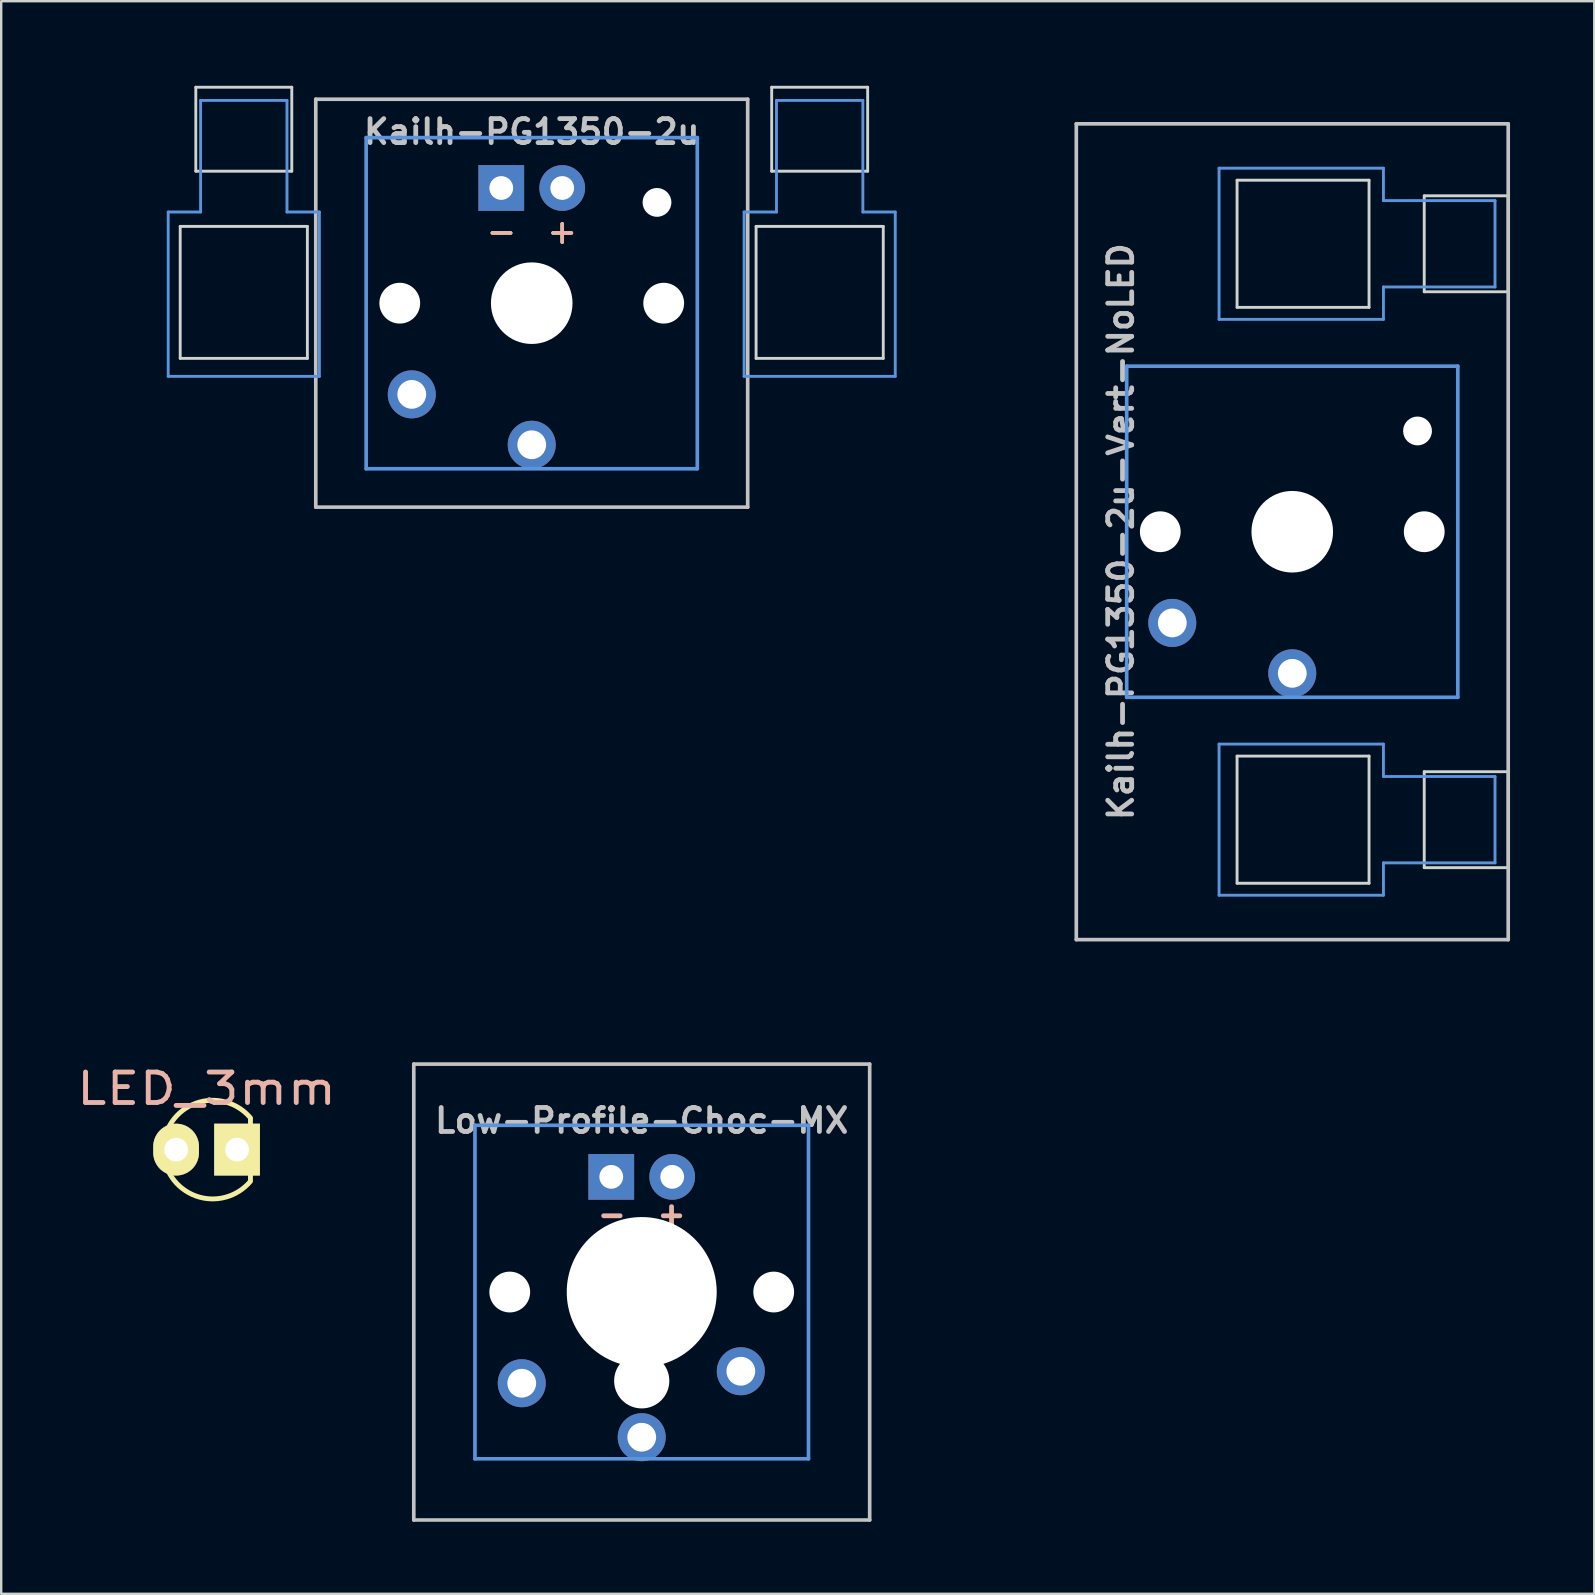
<source format=kicad_pcb>
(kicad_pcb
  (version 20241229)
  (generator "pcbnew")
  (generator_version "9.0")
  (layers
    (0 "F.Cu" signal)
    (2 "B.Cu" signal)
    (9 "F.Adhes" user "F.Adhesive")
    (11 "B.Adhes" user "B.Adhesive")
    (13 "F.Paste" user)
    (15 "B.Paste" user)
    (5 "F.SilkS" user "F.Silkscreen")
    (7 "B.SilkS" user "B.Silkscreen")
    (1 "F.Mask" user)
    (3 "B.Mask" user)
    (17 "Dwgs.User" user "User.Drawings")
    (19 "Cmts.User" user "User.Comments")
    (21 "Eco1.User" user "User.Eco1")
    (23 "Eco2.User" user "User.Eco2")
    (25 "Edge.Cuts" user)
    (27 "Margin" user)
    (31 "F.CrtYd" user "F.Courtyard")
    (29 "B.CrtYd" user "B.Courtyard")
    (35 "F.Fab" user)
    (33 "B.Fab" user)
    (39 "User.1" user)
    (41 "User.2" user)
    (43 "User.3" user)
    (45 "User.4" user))
  (footprint "Kailh-PG1350-2u"
    (layer "F.Cu")
    (at 19.11 9.585)
    (property "Reference" "Kailh-PG1350-2u" (at 0 -7.144 180) (layer "Dwgs.User") (effects (font (size 1 1) (thickness 0.2))))
    (attr through_hole)
    (fp_line (start -9 -8.5) (end 9 -8.5) (stroke (width 0.152) (type solid)) (layer "Dwgs.User"))
    (fp_line (start -9 8.5) (end -9 -8.5) (stroke (width 0.152) (type solid)) (layer "Dwgs.User"))
    (fp_line (start 9 -8.5) (end 9 8.5) (stroke (width 0.152) (type solid)) (layer "Dwgs.User"))
    (fp_line (start 9 8.5) (end -9 8.5) (stroke (width 0.152) (type solid)) (layer "Dwgs.User"))
    (fp_line (start -15.15 -3.8) (end -13.8 -3.8) (stroke (width 0.12) (type solid)) (layer "Cmts.User"))
    (fp_line (start -15.15 3.05) (end -15.15 -3.8) (stroke (width 0.12) (type solid)) (layer "Cmts.User"))
    (fp_line (start -15.15 3.05) (end -8.85 3.05) (stroke (width 0.12) (type solid)) (layer "Cmts.User"))
    (fp_line (start -13.8 -8.45) (end -13.8 -3.8) (stroke (width 0.12) (type solid)) (layer "Cmts.User"))
    (fp_line (start -13.8 -8.45) (end -10.2 -8.45) (stroke (width 0.12) (type solid)) (layer "Cmts.User"))
    (fp_line (start -10.2 -8.45) (end -10.2 -3.8) (stroke (width 0.12) (type solid)) (layer "Cmts.User"))
    (fp_line (start -10.2 -3.8) (end -8.85 -3.8) (stroke (width 0.12) (type solid)) (layer "Cmts.User"))
    (fp_line (start -8.85 3.05) (end -8.85 -3.8) (stroke (width 0.12) (type solid)) (layer "Cmts.User"))
    (fp_line (start -6.9 -6.9) (end 6.9 -6.9) (stroke (width 0.152) (type solid)) (layer "Cmts.User"))
    (fp_line (start -6.9 6.9) (end -6.9 -6.9) (stroke (width 0.152) (type solid)) (layer "Cmts.User"))
    (fp_line (start 6.9 -6.9) (end 6.9 6.9) (stroke (width 0.152) (type solid)) (layer "Cmts.User"))
    (fp_line (start 6.9 6.9) (end -6.9 6.9) (stroke (width 0.152) (type solid)) (layer "Cmts.User"))
    (fp_line (start 8.85 -3.8) (end 10.2 -3.8) (stroke (width 0.12) (type solid)) (layer "Cmts.User"))
    (fp_line (start 8.85 3.05) (end 8.85 -3.8) (stroke (width 0.12) (type solid)) (layer "Cmts.User"))
    (fp_line (start 8.85 3.05) (end 15.15 3.05) (stroke (width 0.12) (type solid)) (layer "Cmts.User"))
    (fp_line (start 10.2 -8.45) (end 10.2 -3.8) (stroke (width 0.12) (type solid)) (layer "Cmts.User"))
    (fp_line (start 10.2 -8.45) (end 13.8 -8.45) (stroke (width 0.12) (type solid)) (layer "Cmts.User"))
    (fp_line (start 13.8 -8.45) (end 13.8 -3.8) (stroke (width 0.12) (type solid)) (layer "Cmts.User"))
    (fp_line (start 13.8 -3.8) (end 15.15 -3.8) (stroke (width 0.12) (type solid)) (layer "Cmts.User"))
    (fp_line (start 15.15 3.05) (end 15.15 -3.8) (stroke (width 0.12) (type solid)) (layer "Cmts.User"))
    (fp_line (start -19.05 -9.525) (end -19.05 9.525) (stroke (width 0.12) (type solid)) (layer "Eco1.User"))
    (fp_line (start -19.05 -9.525) (end 19.05 -9.525) (stroke (width 0.12) (type solid)) (layer "Eco1.User"))
    (fp_line (start -19.05 9.525) (end 19.05 9.525) (stroke (width 0.12) (type solid)) (layer "Eco1.User"))
    (fp_line (start 19.05 -9.525) (end 19.05 9.525) (stroke (width 0.12) (type solid)) (layer "Eco1.User"))
    (fp_line (start -7.5 -7.5) (end 7.5 -7.5) (stroke (width 0.152) (type solid)) (layer "Eco2.User"))
    (fp_line (start -7.5 7.5) (end -7.5 -7.5) (stroke (width 0.152) (type solid)) (layer "Eco2.User"))
    (fp_line (start 7.5 -7.5) (end 7.5 7.5) (stroke (width 0.152) (type solid)) (layer "Eco2.User"))
    (fp_line (start 7.5 7.5) (end -7.5 7.5) (stroke (width 0.152) (type solid)) (layer "Eco2.User"))
    (fp_line (start -14.65 -3.2) (end -14.65 2.3) (stroke (width 0.12) (type solid)) (layer "Edge.Cuts"))
    (fp_line (start -14.65 -3.2) (end -9.35 -3.2) (stroke (width 0.12) (type solid)) (layer "Edge.Cuts"))
    (fp_line (start -14.65 2.3) (end -9.35 2.3) (stroke (width 0.12) (type solid)) (layer "Edge.Cuts"))
    (fp_line (start -14 -9) (end -14 -5.5) (stroke (width 0.12) (type solid)) (layer "Edge.Cuts"))
    (fp_line (start -14 -9) (end -10 -9) (stroke (width 0.12) (type solid)) (layer "Edge.Cuts"))
    (fp_line (start -14 -5.5) (end -10 -5.5) (stroke (width 0.12) (type solid)) (layer "Edge.Cuts"))
    (fp_line (start -10 -5.5) (end -10 -9) (stroke (width 0.12) (type solid)) (layer "Edge.Cuts"))
    (fp_line (start -9.35 2.3) (end -9.35 -3.2) (stroke (width 0.12) (type solid)) (layer "Edge.Cuts"))
    (fp_line (start 9.35 -3.2) (end 9.35 2.3) (stroke (width 0.12) (type solid)) (layer "Edge.Cuts"))
    (fp_line (start 9.35 -3.2) (end 14.65 -3.2) (stroke (width 0.12) (type solid)) (layer "Edge.Cuts"))
    (fp_line (start 9.35 2.3) (end 14.65 2.3) (stroke (width 0.12) (type solid)) (layer "Edge.Cuts"))
    (fp_line (start 10 -9) (end 10 -5.5) (stroke (width 0.12) (type solid)) (layer "Edge.Cuts"))
    (fp_line (start 10 -9) (end 14 -9) (stroke (width 0.12) (type solid)) (layer "Edge.Cuts"))
    (fp_line (start 10 -5.5) (end 14 -5.5) (stroke (width 0.12) (type solid)) (layer "Edge.Cuts"))
    (fp_line (start 14 -5.5) (end 14 -9) (stroke (width 0.12) (type solid)) (layer "Edge.Cuts"))
    (fp_line (start 14.65 2.3) (end 14.65 -3.2) (stroke (width 0.12) (type solid)) (layer "Edge.Cuts"))
    (fp_text user "+" (at 1.27 -3 180) (layer "F.SilkS") (effects (font (size 1 1) (thickness 0.15))))
    (fp_text user "-" (at -1.26 -3 180) (layer "F.SilkS") (effects (font (size 1 1) (thickness 0.15))))
    (fp_text user "+" (at 1.27 -3 180) (layer "B.SilkS") (effects (font (size 1 1) (thickness 0.15)) (justify mirror)))
    (fp_text user "-" (at -1.26 -3 180) (layer "B.SilkS") (effects (font (size 1 1) (thickness 0.15)) (justify mirror)))
    (pad "" np_thru_hole circle (at -5.5 0 180) (size 1.7 1.7) (drill 1.7) (layers "*.Cu" "*.Mask"))
    (pad "" np_thru_hole circle (at 0 0 180) (size 3.4 3.4) (drill 3.4) (layers "*.Cu" "*.Mask"))
    (pad "" np_thru_hole circle (at 5.22 -4.2 180) (size 1.2 1.2) (drill 1.2) (layers "*.Cu" "*.Mask"))
    (pad "" np_thru_hole circle (at 5.5 0 180) (size 1.7 1.7) (drill 1.7) (layers "*.Cu" "*.Mask"))
    (pad "1" thru_hole circle (at 0 5.9 180) (size 2 2) (drill 1.2) (layers "*.Cu" "*.Mask"))
    (pad "2" thru_hole circle (at -5 3.8 41.9) (size 2 2) (drill 1.2) (layers "*.Cu" "*.Mask"))
    (pad "3" thru_hole circle (at 1.27 -4.8 180) (size 1.905 1.905) (drill 0.991) (layers "*.Cu" "*.Mask"))
    (pad "4" thru_hole rect (at -1.27 -4.8 180) (size 1.905 1.905) (drill 0.991) (layers "*.Cu" "*.Mask")))
  (footprint "Low-Profile-Choc-MX"
    (layer "F.Cu")
    (at 23.694 50.796)
    (property "Reference" "Low-Profile-Choc-MX" (at 0 -7.144 180) (layer "Dwgs.User") (effects (font (size 1 1) (thickness 0.2))))
    (attr through_hole)
    (fp_line (start -9.5 -9.5) (end 9.5 -9.5) (stroke (width 0.152) (type solid)) (layer "Dwgs.User"))
    (fp_line (start -9.5 9.5) (end -9.5 -9.5) (stroke (width 0.152) (type solid)) (layer "Dwgs.User"))
    (fp_line (start 9.5 -9.5) (end 9.5 9.5) (stroke (width 0.152) (type solid)) (layer "Dwgs.User"))
    (fp_line (start 9.5 9.5) (end -9.5 9.5) (stroke (width 0.152) (type solid)) (layer "Dwgs.User"))
    (fp_line (start -6.95 -6.95) (end 6.95 -6.95) (stroke (width 0.152) (type solid)) (layer "Cmts.User"))
    (fp_line (start -6.95 6.95) (end -6.95 -6.95) (stroke (width 0.152) (type solid)) (layer "Cmts.User"))
    (fp_line (start 6.95 -6.95) (end 6.95 6.95) (stroke (width 0.152) (type solid)) (layer "Cmts.User"))
    (fp_line (start 6.95 6.95) (end -6.95 6.95) (stroke (width 0.152) (type solid)) (layer "Cmts.User"))
    (fp_line (start -7.5 -7.5) (end 7.5 -7.5) (stroke (width 0.152) (type solid)) (layer "Eco2.User"))
    (fp_line (start -7.5 7.5) (end -7.5 -7.5) (stroke (width 0.152) (type solid)) (layer "Eco2.User"))
    (fp_line (start 7.5 -7.5) (end 7.5 7.5) (stroke (width 0.152) (type solid)) (layer "Eco2.User"))
    (fp_line (start 7.5 7.5) (end -7.5 7.5) (stroke (width 0.152) (type solid)) (layer "Eco2.User"))
    (fp_text user "-  +" (at 0 -3.25 0) (layer "B.SilkS") (effects (font (size 1 0.9) (thickness 0.2))))
    (pad "" np_thru_hole circle (at -5.5 0 41.9) (size 1.7 1.7) (drill 1.7) (layers "*.Cu" "*.Mask"))
    (pad "" np_thru_hole circle (at 0 0 180) (size 6.25 6.25) (drill 6.25) (layers "*.Cu" "*.Mask"))
    (pad "" np_thru_hole circle (at 0 3.7 180) (size 2.3 2.3) (drill 2.3) (layers "*.Cu" "*.Mask"))
    (pad "" np_thru_hole circle (at 5.5 0 41.9) (size 1.7 1.7) (drill 1.7) (layers "*.Cu" "*.Mask"))
    (pad "1" thru_hole circle (at 0 6.05 180) (size 2 2) (drill 1.2) (layers "*.Cu" "*.Mask"))
    (pad "2" thru_hole circle (at -5 3.8 41.9) (size 2 2) (drill 1.2) (layers "*.Cu" "*.Mask"))
    (pad "2" thru_hole circle (at 4.13 3.3 41.9) (size 2 2) (drill 1.2) (layers "*.Cu" "*.Mask"))
    (pad "3" thru_hole circle (at 1.27 -4.8) (size 1.905 1.905) (drill 0.991) (layers "*.Cu" "*.Mask"))
    (pad "4" thru_hole rect (at -1.27 -4.8) (size 1.905 1.905) (drill 0.991) (layers "*.Cu" "*.Mask")))
  (footprint "LED_3mm"
    (layer "F.Cu")
    (at 5.559 44.86)
    (property "Reference" "LED_3mm" (at 0 -2.54 0) (layer "B.SilkS") (effects (font (size 1.27 1.524) (thickness 0.203))))
    (attr through_hole)
    (fp_line (start 1.829 1.27) (end 1.829 -1.27) (stroke (width 0.203) (type solid)) (layer "F.SilkS"))
    (fp_arc (start 1.828195 1.321521) (mid -1.801361 -0.000471) (end 1.8288 -1.3208) (stroke (width 0.2032) (type solid)) (layer "F.SilkS"))
    (pad "1" thru_hole oval (at -1.27 0) (size 1.905 2.159) (drill 0.991) (layers "*.Cu" "F.Mask" "F.SilkS" "F.Paste"))
    (pad "2" thru_hole rect (at 1.27 0) (size 1.905 2.159) (drill 0.991) (layers "*.Cu" "F.Mask" "F.SilkS" "F.Paste")))
  (footprint "Kailh-PG1350-2u-Vert-NoLED"
    (layer "F.Cu")
    (at 50.805 19.11)
    (property "Reference" "Kailh-PG1350-2u-Vert-NoLED" (at -7.144 0 270) (layer "Dwgs.User") (effects (font (size 1 1) (thickness 0.2))))
    (attr through_hole)
    (fp_line (start -9 -17) (end 9 -17) (stroke (width 0.152) (type solid)) (layer "Dwgs.User"))
    (fp_line (start -9 17) (end -9 -17) (stroke (width 0.152) (type solid)) (layer "Dwgs.User"))
    (fp_line (start 9 -17) (end 9 17) (stroke (width 0.152) (type solid)) (layer "Dwgs.User"))
    (fp_line (start 9 17) (end -9 17) (stroke (width 0.152) (type solid)) (layer "Dwgs.User"))
    (fp_line (start -6.9 -6.9) (end 6.9 -6.9) (stroke (width 0.152) (type solid)) (layer "Cmts.User"))
    (fp_line (start -6.9 6.9) (end -6.9 -6.9) (stroke (width 0.152) (type solid)) (layer "Cmts.User"))
    (fp_line (start -3.05 -15.15) (end -3.05 -8.85) (stroke (width 0.12) (type solid)) (layer "Cmts.User"))
    (fp_line (start -3.05 -15.15) (end 3.8 -15.15) (stroke (width 0.12) (type solid)) (layer "Cmts.User"))
    (fp_line (start -3.05 -8.85) (end 3.8 -8.85) (stroke (width 0.12) (type solid)) (layer "Cmts.User"))
    (fp_line (start -3.05 8.85) (end -3.05 15.15) (stroke (width 0.12) (type solid)) (layer "Cmts.User"))
    (fp_line (start -3.05 8.85) (end 3.8 8.85) (stroke (width 0.12) (type solid)) (layer "Cmts.User"))
    (fp_line (start -3.05 15.15) (end 3.8 15.15) (stroke (width 0.12) (type solid)) (layer "Cmts.User"))
    (fp_line (start 3.8 -15.15) (end 3.8 -13.8) (stroke (width 0.12) (type solid)) (layer "Cmts.User"))
    (fp_line (start 3.8 -10.2) (end 3.8 -8.85) (stroke (width 0.12) (type solid)) (layer "Cmts.User"))
    (fp_line (start 3.8 8.85) (end 3.8 10.2) (stroke (width 0.12) (type solid)) (layer "Cmts.User"))
    (fp_line (start 3.8 13.8) (end 3.8 15.15) (stroke (width 0.12) (type solid)) (layer "Cmts.User"))
    (fp_line (start 6.9 -6.9) (end 6.9 6.9) (stroke (width 0.152) (type solid)) (layer "Cmts.User"))
    (fp_line (start 6.9 6.9) (end -6.9 6.9) (stroke (width 0.152) (type solid)) (layer "Cmts.User"))
    (fp_line (start 8.45 -13.8) (end 3.8 -13.8) (stroke (width 0.12) (type solid)) (layer "Cmts.User"))
    (fp_line (start 8.45 -13.8) (end 8.45 -10.2) (stroke (width 0.12) (type solid)) (layer "Cmts.User"))
    (fp_line (start 8.45 -10.2) (end 3.8 -10.2) (stroke (width 0.12) (type solid)) (layer "Cmts.User"))
    (fp_line (start 8.45 10.2) (end 3.8 10.2) (stroke (width 0.12) (type solid)) (layer "Cmts.User"))
    (fp_line (start 8.45 10.2) (end 8.45 13.8) (stroke (width 0.12) (type solid)) (layer "Cmts.User"))
    (fp_line (start 8.45 13.8) (end 3.8 13.8) (stroke (width 0.12) (type solid)) (layer "Cmts.User"))
    (fp_line (start -9.525 -19.05) (end -9.525 19.05) (stroke (width 0.12) (type solid)) (layer "Eco1.User"))
    (fp_line (start 9.525 -19.05) (end -9.525 -19.05) (stroke (width 0.12) (type solid)) (layer "Eco1.User"))
    (fp_line (start 9.525 -19.05) (end 9.525 19.05) (stroke (width 0.12) (type solid)) (layer "Eco1.User"))
    (fp_line (start 9.525 19.05) (end -9.525 19.05) (stroke (width 0.12) (type solid)) (layer "Eco1.User"))
    (fp_line (start -7.5 -7.5) (end 7.5 -7.5) (stroke (width 0.152) (type solid)) (layer "Eco2.User"))
    (fp_line (start -7.5 7.5) (end -7.5 -7.5) (stroke (width 0.152) (type solid)) (layer "Eco2.User"))
    (fp_line (start 7.5 -7.5) (end 7.5 7.5) (stroke (width 0.152) (type solid)) (layer "Eco2.User"))
    (fp_line (start 7.5 7.5) (end -7.5 7.5) (stroke (width 0.152) (type solid)) (layer "Eco2.User"))
    (fp_line (start -2.3 -14.65) (end -2.3 -9.35) (stroke (width 0.12) (type solid)) (layer "Edge.Cuts"))
    (fp_line (start -2.3 -9.35) (end 3.2 -9.35) (stroke (width 0.12) (type solid)) (layer "Edge.Cuts"))
    (fp_line (start -2.3 9.35) (end -2.3 14.65) (stroke (width 0.12) (type solid)) (layer "Edge.Cuts"))
    (fp_line (start -2.3 14.65) (end 3.2 14.65) (stroke (width 0.12) (type solid)) (layer "Edge.Cuts"))
    (fp_line (start 3.2 -14.65) (end -2.3 -14.65) (stroke (width 0.12) (type solid)) (layer "Edge.Cuts"))
    (fp_line (start 3.2 -14.65) (end 3.2 -9.35) (stroke (width 0.12) (type solid)) (layer "Edge.Cuts"))
    (fp_line (start 3.2 9.35) (end -2.3 9.35) (stroke (width 0.12) (type solid)) (layer "Edge.Cuts"))
    (fp_line (start 3.2 9.35) (end 3.2 14.65) (stroke (width 0.12) (type solid)) (layer "Edge.Cuts"))
    (fp_line (start 5.5 -14) (end 5.5 -10) (stroke (width 0.12) (type solid)) (layer "Edge.Cuts"))
    (fp_line (start 5.5 -10) (end 9 -10) (stroke (width 0.12) (type solid)) (layer "Edge.Cuts"))
    (fp_line (start 5.5 10) (end 5.5 14) (stroke (width 0.12) (type solid)) (layer "Edge.Cuts"))
    (fp_line (start 5.5 14) (end 9 14) (stroke (width 0.12) (type solid)) (layer "Edge.Cuts"))
    (fp_line (start 9 -14) (end 5.5 -14) (stroke (width 0.12) (type solid)) (layer "Edge.Cuts"))
    (fp_line (start 9 -14) (end 9 -10) (stroke (width 0.12) (type solid)) (layer "Edge.Cuts"))
    (fp_line (start 9 10) (end 5.5 10) (stroke (width 0.12) (type solid)) (layer "Edge.Cuts"))
    (fp_line (start 9 10) (end 9 14) (stroke (width 0.12) (type solid)) (layer "Edge.Cuts"))
    (pad "" np_thru_hole circle (at -5.5 0 180) (size 1.7 1.7) (drill 1.7) (layers "*.Cu" "*.Mask"))
    (pad "" np_thru_hole circle (at 0 0 270) (size 3.4 3.4) (drill 3.4) (layers "*.Cu" "*.Mask"))
    (pad "" np_thru_hole circle (at 5.22 -4.2 180) (size 1.2 1.2) (drill 1.2) (layers "*.Cu" "*.Mask"))
    (pad "" np_thru_hole circle (at 5.5 0 180) (size 1.7 1.7) (drill 1.7) (layers "*.Cu" "*.Mask"))
    (pad "1" thru_hole circle (at 0 5.9 180) (size 2 2) (drill 1.2) (layers "*.Cu" "*.Mask"))
    (pad "2" thru_hole circle (at -5 3.8 41.9) (size 2 2) (drill 1.2) (layers "*.Cu" "*.Mask")))
  (gr_rect
    (start -3 -3)
    (end 63.39 63.372)
    (stroke (width 0.1) (type default))
    (fill no)
    (layer "Edge.Cuts")))
</source>
